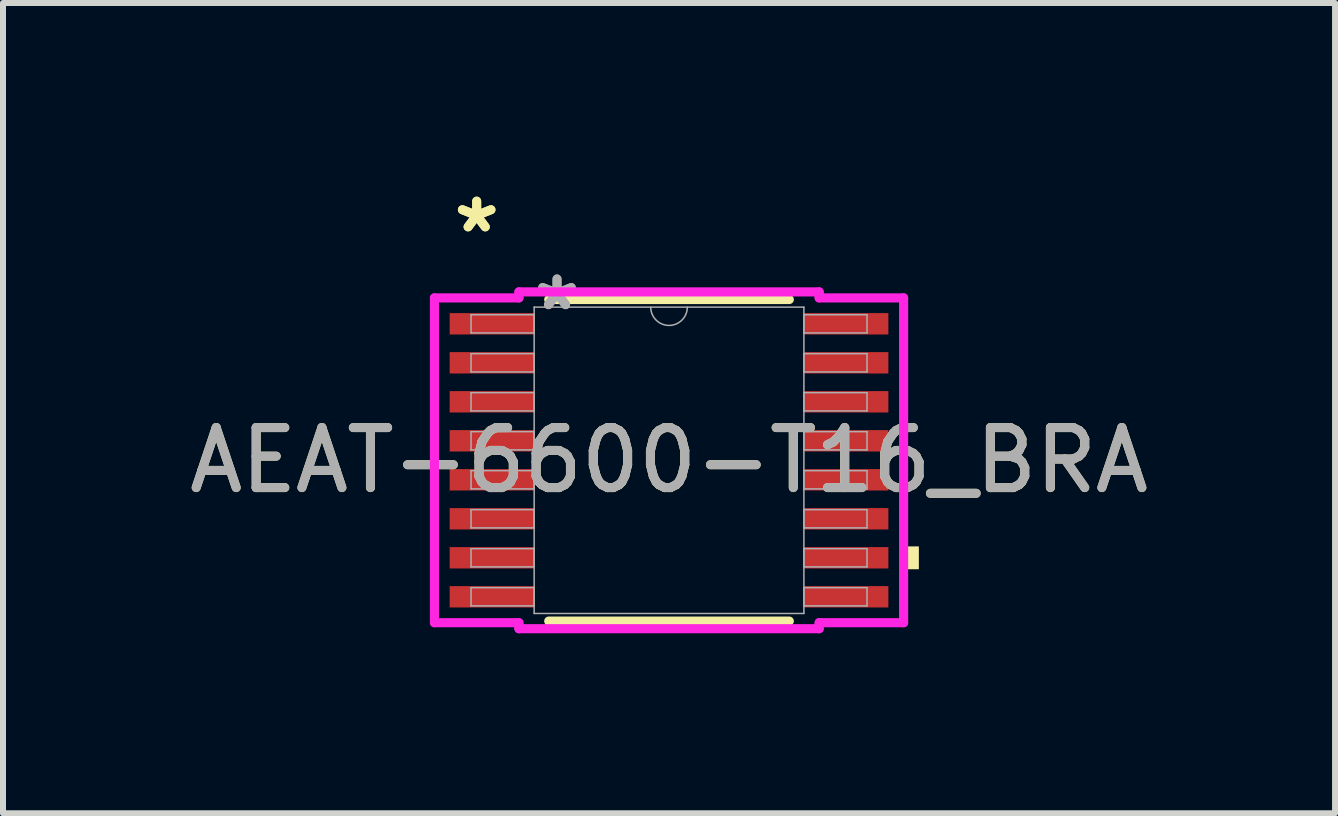
<source format=kicad_pcb>
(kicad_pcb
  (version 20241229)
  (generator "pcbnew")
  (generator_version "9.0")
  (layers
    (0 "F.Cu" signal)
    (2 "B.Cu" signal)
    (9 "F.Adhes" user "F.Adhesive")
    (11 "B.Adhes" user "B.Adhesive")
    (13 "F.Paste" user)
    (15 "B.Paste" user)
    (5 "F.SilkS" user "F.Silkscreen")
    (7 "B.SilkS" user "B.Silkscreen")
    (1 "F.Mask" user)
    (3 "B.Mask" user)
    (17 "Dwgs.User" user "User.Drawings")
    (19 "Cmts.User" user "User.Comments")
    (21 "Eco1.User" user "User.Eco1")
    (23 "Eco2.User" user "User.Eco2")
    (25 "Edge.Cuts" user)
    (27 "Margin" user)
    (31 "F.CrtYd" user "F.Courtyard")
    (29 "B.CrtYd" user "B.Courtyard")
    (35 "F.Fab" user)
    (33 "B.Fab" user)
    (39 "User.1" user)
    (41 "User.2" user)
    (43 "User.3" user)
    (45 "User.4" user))
  (footprint "AEAT-6600-T16_BRA"
    (layer "F.Cu")
    (at 8.101 4.622)
    (property "Reference" "AEAT-6600-T16_BRA" (at 0 0 0) (unlocked yes) (layer "F.SilkS") (effects (font (size 1 1) (thickness 0.15))))
    (attr smd)
    (fp_line (start -2.005 2.68) (end 2.005 2.68) (stroke (width 0.152) (type solid)) (layer "F.SilkS"))
    (fp_line (start 2.005 -2.68) (end -2.005 -2.68) (stroke (width 0.152) (type solid)) (layer "F.SilkS"))
    (fp_poly (pts (xy 4.164 1.435) (xy 4.164 1.816) (xy 3.91 1.816) (xy 3.91 1.435)) (stroke (width 0) (type solid)) (fill yes) (layer "F.SilkS"))
    (fp_line (start -3.91 -2.707) (end -2.502 -2.707) (stroke (width 0.152) (type solid)) (layer "F.CrtYd"))
    (fp_line (start -3.91 2.707) (end -3.91 -2.707) (stroke (width 0.152) (type solid)) (layer "F.CrtYd"))
    (fp_line (start -3.91 2.707) (end -2.502 2.707) (stroke (width 0.152) (type solid)) (layer "F.CrtYd"))
    (fp_line (start -2.502 -2.807) (end 2.502 -2.807) (stroke (width 0.152) (type solid)) (layer "F.CrtYd"))
    (fp_line (start -2.502 -2.707) (end -2.502 -2.807) (stroke (width 0.152) (type solid)) (layer "F.CrtYd"))
    (fp_line (start -2.502 2.807) (end -2.502 2.707) (stroke (width 0.152) (type solid)) (layer "F.CrtYd"))
    (fp_line (start 2.502 -2.807) (end 2.502 -2.707) (stroke (width 0.152) (type solid)) (layer "F.CrtYd"))
    (fp_line (start 2.502 2.707) (end 2.502 2.807) (stroke (width 0.152) (type solid)) (layer "F.CrtYd"))
    (fp_line (start 2.502 2.807) (end -2.502 2.807) (stroke (width 0.152) (type solid)) (layer "F.CrtYd"))
    (fp_line (start 3.91 -2.707) (end 2.502 -2.707) (stroke (width 0.152) (type solid)) (layer "F.CrtYd"))
    (fp_line (start 3.91 -2.707) (end 3.91 2.707) (stroke (width 0.152) (type solid)) (layer "F.CrtYd"))
    (fp_line (start 3.91 2.707) (end 2.502 2.707) (stroke (width 0.152) (type solid)) (layer "F.CrtYd"))
    (fp_line (start -3.3 -2.427) (end -3.3 -2.123) (stroke (width 0.025) (type solid)) (layer "F.Fab"))
    (fp_line (start -3.3 -2.123) (end -2.248 -2.123) (stroke (width 0.025) (type solid)) (layer "F.Fab"))
    (fp_line (start -3.3 -1.777) (end -3.3 -1.473) (stroke (width 0.025) (type solid)) (layer "F.Fab"))
    (fp_line (start -3.3 -1.473) (end -2.248 -1.473) (stroke (width 0.025) (type solid)) (layer "F.Fab"))
    (fp_line (start -3.3 -1.127) (end -3.3 -0.823) (stroke (width 0.025) (type solid)) (layer "F.Fab"))
    (fp_line (start -3.3 -0.823) (end -2.248 -0.823) (stroke (width 0.025) (type solid)) (layer "F.Fab"))
    (fp_line (start -3.3 -0.477) (end -3.3 -0.173) (stroke (width 0.025) (type solid)) (layer "F.Fab"))
    (fp_line (start -3.3 -0.173) (end -2.248 -0.173) (stroke (width 0.025) (type solid)) (layer "F.Fab"))
    (fp_line (start -3.3 0.173) (end -3.3 0.477) (stroke (width 0.025) (type solid)) (layer "F.Fab"))
    (fp_line (start -3.3 0.477) (end -2.248 0.477) (stroke (width 0.025) (type solid)) (layer "F.Fab"))
    (fp_line (start -3.3 0.823) (end -3.3 1.127) (stroke (width 0.025) (type solid)) (layer "F.Fab"))
    (fp_line (start -3.3 1.127) (end -2.248 1.127) (stroke (width 0.025) (type solid)) (layer "F.Fab"))
    (fp_line (start -3.3 1.473) (end -3.3 1.777) (stroke (width 0.025) (type solid)) (layer "F.Fab"))
    (fp_line (start -3.3 1.777) (end -2.248 1.777) (stroke (width 0.025) (type solid)) (layer "F.Fab"))
    (fp_line (start -3.3 2.123) (end -3.3 2.427) (stroke (width 0.025) (type solid)) (layer "F.Fab"))
    (fp_line (start -3.3 2.427) (end -2.248 2.427) (stroke (width 0.025) (type solid)) (layer "F.Fab"))
    (fp_line (start -2.248 -2.553) (end -2.248 2.553) (stroke (width 0.025) (type solid)) (layer "F.Fab"))
    (fp_line (start -2.248 -2.427) (end -3.3 -2.427) (stroke (width 0.025) (type solid)) (layer "F.Fab"))
    (fp_line (start -2.248 -2.123) (end -2.248 -2.427) (stroke (width 0.025) (type solid)) (layer "F.Fab"))
    (fp_line (start -2.248 -1.777) (end -3.3 -1.777) (stroke (width 0.025) (type solid)) (layer "F.Fab"))
    (fp_line (start -2.248 -1.473) (end -2.248 -1.777) (stroke (width 0.025) (type solid)) (layer "F.Fab"))
    (fp_line (start -2.248 -1.127) (end -3.3 -1.127) (stroke (width 0.025) (type solid)) (layer "F.Fab"))
    (fp_line (start -2.248 -0.823) (end -2.248 -1.127) (stroke (width 0.025) (type solid)) (layer "F.Fab"))
    (fp_line (start -2.248 -0.477) (end -3.3 -0.477) (stroke (width 0.025) (type solid)) (layer "F.Fab"))
    (fp_line (start -2.248 -0.173) (end -2.248 -0.477) (stroke (width 0.025) (type solid)) (layer "F.Fab"))
    (fp_line (start -2.248 0.173) (end -3.3 0.173) (stroke (width 0.025) (type solid)) (layer "F.Fab"))
    (fp_line (start -2.248 0.477) (end -2.248 0.173) (stroke (width 0.025) (type solid)) (layer "F.Fab"))
    (fp_line (start -2.248 0.823) (end -3.3 0.823) (stroke (width 0.025) (type solid)) (layer "F.Fab"))
    (fp_line (start -2.248 1.127) (end -2.248 0.823) (stroke (width 0.025) (type solid)) (layer "F.Fab"))
    (fp_line (start -2.248 1.473) (end -3.3 1.473) (stroke (width 0.025) (type solid)) (layer "F.Fab"))
    (fp_line (start -2.248 1.777) (end -2.248 1.473) (stroke (width 0.025) (type solid)) (layer "F.Fab"))
    (fp_line (start -2.248 2.123) (end -3.3 2.123) (stroke (width 0.025) (type solid)) (layer "F.Fab"))
    (fp_line (start -2.248 2.427) (end -2.248 2.123) (stroke (width 0.025) (type solid)) (layer "F.Fab"))
    (fp_line (start -2.248 2.553) (end 2.248 2.553) (stroke (width 0.025) (type solid)) (layer "F.Fab"))
    (fp_line (start 2.248 -2.553) (end -2.248 -2.553) (stroke (width 0.025) (type solid)) (layer "F.Fab"))
    (fp_line (start 2.248 -2.427) (end 2.248 -2.123) (stroke (width 0.025) (type solid)) (layer "F.Fab"))
    (fp_line (start 2.248 -2.123) (end 3.3 -2.123) (stroke (width 0.025) (type solid)) (layer "F.Fab"))
    (fp_line (start 2.248 -1.777) (end 2.248 -1.473) (stroke (width 0.025) (type solid)) (layer "F.Fab"))
    (fp_line (start 2.248 -1.473) (end 3.3 -1.473) (stroke (width 0.025) (type solid)) (layer "F.Fab"))
    (fp_line (start 2.248 -1.127) (end 2.248 -0.823) (stroke (width 0.025) (type solid)) (layer "F.Fab"))
    (fp_line (start 2.248 -0.823) (end 3.3 -0.823) (stroke (width 0.025) (type solid)) (layer "F.Fab"))
    (fp_line (start 2.248 -0.477) (end 2.248 -0.173) (stroke (width 0.025) (type solid)) (layer "F.Fab"))
    (fp_line (start 2.248 -0.173) (end 3.3 -0.173) (stroke (width 0.025) (type solid)) (layer "F.Fab"))
    (fp_line (start 2.248 0.173) (end 2.248 0.477) (stroke (width 0.025) (type solid)) (layer "F.Fab"))
    (fp_line (start 2.248 0.477) (end 3.3 0.477) (stroke (width 0.025) (type solid)) (layer "F.Fab"))
    (fp_line (start 2.248 0.823) (end 2.248 1.127) (stroke (width 0.025) (type solid)) (layer "F.Fab"))
    (fp_line (start 2.248 1.127) (end 3.3 1.127) (stroke (width 0.025) (type solid)) (layer "F.Fab"))
    (fp_line (start 2.248 1.473) (end 2.248 1.777) (stroke (width 0.025) (type solid)) (layer "F.Fab"))
    (fp_line (start 2.248 1.777) (end 3.3 1.777) (stroke (width 0.025) (type solid)) (layer "F.Fab"))
    (fp_line (start 2.248 2.123) (end 2.248 2.427) (stroke (width 0.025) (type solid)) (layer "F.Fab"))
    (fp_line (start 2.248 2.427) (end 3.3 2.427) (stroke (width 0.025) (type solid)) (layer "F.Fab"))
    (fp_line (start 2.248 2.553) (end 2.248 -2.553) (stroke (width 0.025) (type solid)) (layer "F.Fab"))
    (fp_line (start 3.3 -2.427) (end 2.248 -2.427) (stroke (width 0.025) (type solid)) (layer "F.Fab"))
    (fp_line (start 3.3 -2.123) (end 3.3 -2.427) (stroke (width 0.025) (type solid)) (layer "F.Fab"))
    (fp_line (start 3.3 -1.777) (end 2.248 -1.777) (stroke (width 0.025) (type solid)) (layer "F.Fab"))
    (fp_line (start 3.3 -1.473) (end 3.3 -1.777) (stroke (width 0.025) (type solid)) (layer "F.Fab"))
    (fp_line (start 3.3 -1.127) (end 2.248 -1.127) (stroke (width 0.025) (type solid)) (layer "F.Fab"))
    (fp_line (start 3.3 -0.823) (end 3.3 -1.127) (stroke (width 0.025) (type solid)) (layer "F.Fab"))
    (fp_line (start 3.3 -0.477) (end 2.248 -0.477) (stroke (width 0.025) (type solid)) (layer "F.Fab"))
    (fp_line (start 3.3 -0.173) (end 3.3 -0.477) (stroke (width 0.025) (type solid)) (layer "F.Fab"))
    (fp_line (start 3.3 0.173) (end 2.248 0.173) (stroke (width 0.025) (type solid)) (layer "F.Fab"))
    (fp_line (start 3.3 0.477) (end 3.3 0.173) (stroke (width 0.025) (type solid)) (layer "F.Fab"))
    (fp_line (start 3.3 0.823) (end 2.248 0.823) (stroke (width 0.025) (type solid)) (layer "F.Fab"))
    (fp_line (start 3.3 1.127) (end 3.3 0.823) (stroke (width 0.025) (type solid)) (layer "F.Fab"))
    (fp_line (start 3.3 1.473) (end 2.248 1.473) (stroke (width 0.025) (type solid)) (layer "F.Fab"))
    (fp_line (start 3.3 1.777) (end 3.3 1.473) (stroke (width 0.025) (type solid)) (layer "F.Fab"))
    (fp_line (start 3.3 2.123) (end 2.248 2.123) (stroke (width 0.025) (type solid)) (layer "F.Fab"))
    (fp_line (start 3.3 2.427) (end 3.3 2.123) (stroke (width 0.025) (type solid)) (layer "F.Fab"))
    (fp_arc (start 0.3048 -2.5527) (mid 0 -2.2479) (end -0.3048 -2.5527) (stroke (width 0.0254) (type solid)) (layer "F.Fab"))
    (fp_text user "*" (at -3.206 -3.774 0) (layer "F.SilkS") (effects (font (size 1 1) (thickness 0.15))))
    (fp_text user "*" (at -3.206 -3.774 0) (unlocked yes) (layer "F.SilkS") (effects (font (size 1 1) (thickness 0.15))))
    (fp_text user "${REFERENCE}" (at 0 0 0) (unlocked yes) (layer "F.Fab") (effects (font (size 1 1) (thickness 0.15))))
    (fp_text user "*" (at -1.867 -2.477 0) (unlocked yes) (layer "F.Fab") (effects (font (size 1 1) (thickness 0.15))))
    (fp_text user "*" (at -1.867 -2.477 0) (layer "F.Fab") (effects (font (size 1 1) (thickness 0.15))))
    (pad "1" smd rect (at -2.952 -2.275) (size 1.408 0.356) (layers "F.Cu" "F.Mask" "F.Paste"))
    (pad "2" smd rect (at -2.952 -1.625) (size 1.408 0.356) (layers "F.Cu" "F.Mask" "F.Paste"))
    (pad "3" smd rect (at -2.952 -0.975) (size 1.408 0.356) (layers "F.Cu" "F.Mask" "F.Paste"))
    (pad "4" smd rect (at -2.952 -0.325) (size 1.408 0.356) (layers "F.Cu" "F.Mask" "F.Paste"))
    (pad "5" smd rect (at -2.952 0.325) (size 1.408 0.356) (layers "F.Cu" "F.Mask" "F.Paste"))
    (pad "6" smd rect (at -2.952 0.975) (size 1.408 0.356) (layers "F.Cu" "F.Mask" "F.Paste"))
    (pad "7" smd rect (at -2.952 1.625) (size 1.408 0.356) (layers "F.Cu" "F.Mask" "F.Paste"))
    (pad "8" smd rect (at -2.952 2.275) (size 1.408 0.356) (layers "F.Cu" "F.Mask" "F.Paste"))
    (pad "9" smd rect (at 2.952 2.275) (size 1.408 0.356) (layers "F.Cu" "F.Mask" "F.Paste"))
    (pad "10" smd rect (at 2.952 1.625) (size 1.408 0.356) (layers "F.Cu" "F.Mask" "F.Paste"))
    (pad "11" smd rect (at 2.952 0.975) (size 1.408 0.356) (layers "F.Cu" "F.Mask" "F.Paste"))
    (pad "12" smd rect (at 2.952 0.325) (size 1.408 0.356) (layers "F.Cu" "F.Mask" "F.Paste"))
    (pad "13" smd rect (at 2.952 -0.325) (size 1.408 0.356) (layers "F.Cu" "F.Mask" "F.Paste"))
    (pad "14" smd rect (at 2.952 -0.975) (size 1.408 0.356) (layers "F.Cu" "F.Mask" "F.Paste"))
    (pad "15" smd rect (at 2.952 -1.625) (size 1.408 0.356) (layers "F.Cu" "F.Mask" "F.Paste"))
    (pad "16" smd rect (at 2.952 -2.275) (size 1.408 0.356) (layers "F.Cu" "F.Mask" "F.Paste")))
  (gr_rect
    (start -3 -3)
    (end 19.202 10.505)
    (stroke (width 0.1) (type default))
    (fill no)
    (layer "Edge.Cuts")))
</source>
